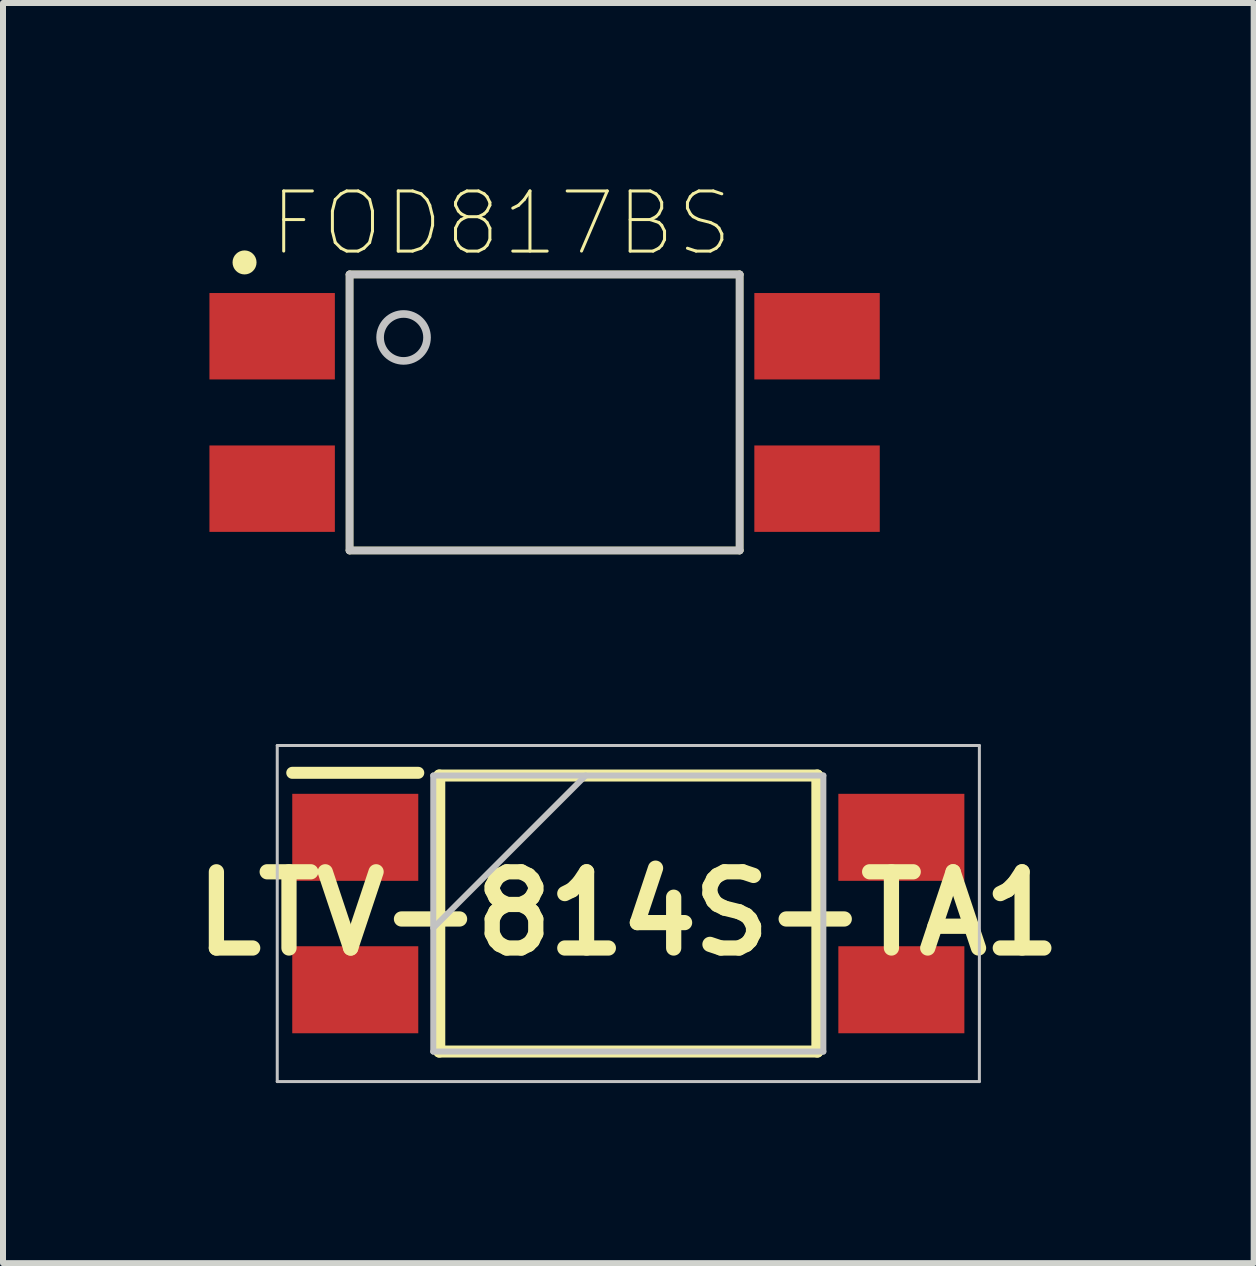
<source format=kicad_pcb>
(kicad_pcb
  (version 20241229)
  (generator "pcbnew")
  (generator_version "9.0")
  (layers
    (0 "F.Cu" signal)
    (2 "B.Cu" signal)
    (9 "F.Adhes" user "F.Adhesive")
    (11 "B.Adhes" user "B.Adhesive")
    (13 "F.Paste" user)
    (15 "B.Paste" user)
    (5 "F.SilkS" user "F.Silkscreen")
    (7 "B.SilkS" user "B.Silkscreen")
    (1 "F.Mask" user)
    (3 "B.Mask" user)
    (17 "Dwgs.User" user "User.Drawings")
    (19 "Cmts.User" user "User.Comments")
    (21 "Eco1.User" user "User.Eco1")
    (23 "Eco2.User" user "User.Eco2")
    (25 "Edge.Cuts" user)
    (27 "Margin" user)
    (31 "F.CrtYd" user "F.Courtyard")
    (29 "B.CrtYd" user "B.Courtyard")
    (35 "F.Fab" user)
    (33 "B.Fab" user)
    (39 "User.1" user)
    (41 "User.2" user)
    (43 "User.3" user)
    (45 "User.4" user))
  (footprint "FOD817BS"
    (layer "F.Cu")
    (at 6.025 3.823)
    (property "Reference" "FOD817BS" (at -0.721 -3.15 0) (layer "F.SilkS") (effects (font (size 1.002 1.002) (thickness 0.05))))
    (attr smd)
    (fp_line (start -3.25 -2.3) (end 3.25 -2.3) (stroke (width 0.127) (type solid)) (layer "F.SilkS"))
    (fp_line (start -3.25 2.3) (end -3.25 -2.3) (stroke (width 0.127) (type solid)) (layer "F.SilkS"))
    (fp_line (start 3.25 -2.3) (end 3.25 2.3) (stroke (width 0.127) (type solid)) (layer "F.SilkS"))
    (fp_line (start 3.25 2.3) (end -3.25 2.3) (stroke (width 0.127) (type solid)) (layer "F.SilkS"))
    (fp_circle (center -5 -2.5) (end -4.9 -2.5) (stroke (width 0.2) (type solid)) (fill no) (layer "F.SilkS"))
    (fp_line (start -3.25 -2.3) (end 3.25 -2.3) (stroke (width 0.127) (type solid)) (layer "Dwgs.User"))
    (fp_line (start -3.25 2.3) (end -3.25 -2.3) (stroke (width 0.127) (type solid)) (layer "Dwgs.User"))
    (fp_line (start 3.25 -2.3) (end 3.25 2.3) (stroke (width 0.127) (type solid)) (layer "Dwgs.User"))
    (fp_line (start 3.25 2.3) (end -3.25 2.3) (stroke (width 0.127) (type solid)) (layer "Dwgs.User"))
    (fp_circle (center -2.35 -1.25) (end -1.959 -1.25) (stroke (width 0.127) (type solid)) (fill no) (layer "Dwgs.User"))
    (fp_line (start -6 -2.5) (end 6 -2.5) (stroke (width 0.05) (type solid)) (layer "Eco1.User"))
    (fp_line (start -6 2.5) (end -6 -2.5) (stroke (width 0.05) (type solid)) (layer "Eco1.User"))
    (fp_line (start 6 -2.5) (end 6 2.5) (stroke (width 0.05) (type solid)) (layer "Eco1.User"))
    (fp_line (start 6 2.5) (end -6 2.5) (stroke (width 0.05) (type solid)) (layer "Eco1.User"))
    (pad "1" smd rect (at -4.54 -1.27 90) (size 1.44 2.09) (layers "F.Cu" "F.Mask" "F.Paste"))
    (pad "2" smd rect (at -4.54 1.27 90) (size 1.44 2.09) (layers "F.Cu" "F.Mask" "F.Paste"))
    (pad "3" smd rect (at 4.54 1.27 90) (size 1.44 2.09) (layers "F.Cu" "F.Mask" "F.Paste"))
    (pad "4" smd rect (at 4.54 -1.27 90) (size 1.44 2.09) (layers "F.Cu" "F.Mask" "F.Paste")))
  (footprint "LTV-814S-TA1"
    (layer "F.Cu")
    (at 7.42 12.173)
    (property "Reference" "LTV-814S-TA1" (at 0 0 0) (layer "F.SilkS") (effects (font (size 1.27 1.27) (thickness 0.254))))
    (attr smd)
    (fp_line (start -5.6 -2.345) (end -3.5 -2.345) (stroke (width 0.2) (type solid)) (layer "F.SilkS"))
    (fp_line (start -3.15 -2.3) (end 3.15 -2.3) (stroke (width 0.2) (type solid)) (layer "F.SilkS"))
    (fp_line (start -3.15 2.3) (end -3.15 -2.3) (stroke (width 0.2) (type solid)) (layer "F.SilkS"))
    (fp_line (start 3.15 -2.3) (end 3.15 2.3) (stroke (width 0.2) (type solid)) (layer "F.SilkS"))
    (fp_line (start 3.15 2.3) (end -3.15 2.3) (stroke (width 0.2) (type solid)) (layer "F.SilkS"))
    (fp_line (start -5.85 -2.8) (end 5.85 -2.8) (stroke (width 0.05) (type solid)) (layer "Dwgs.User"))
    (fp_line (start -5.85 2.8) (end -5.85 -2.8) (stroke (width 0.05) (type solid)) (layer "Dwgs.User"))
    (fp_line (start -3.25 -2.3) (end 3.25 -2.3) (stroke (width 0.1) (type solid)) (layer "Dwgs.User"))
    (fp_line (start -3.25 0.24) (end -0.71 -2.3) (stroke (width 0.1) (type solid)) (layer "Dwgs.User"))
    (fp_line (start -3.25 2.3) (end -3.25 -2.3) (stroke (width 0.1) (type solid)) (layer "Dwgs.User"))
    (fp_line (start 3.25 -2.3) (end 3.25 2.3) (stroke (width 0.1) (type solid)) (layer "Dwgs.User"))
    (fp_line (start 3.25 2.3) (end -3.25 2.3) (stroke (width 0.1) (type solid)) (layer "Dwgs.User"))
    (fp_line (start 5.85 -2.8) (end 5.85 2.8) (stroke (width 0.05) (type solid)) (layer "Dwgs.User"))
    (fp_line (start 5.85 2.8) (end -5.85 2.8) (stroke (width 0.05) (type solid)) (layer "Dwgs.User"))
    (pad "1" smd rect (at -4.55 -1.27 90) (size 1.45 2.1) (layers "F.Cu" "F.Mask" "F.Paste"))
    (pad "2" smd rect (at -4.55 1.27 90) (size 1.45 2.1) (layers "F.Cu" "F.Mask" "F.Paste"))
    (pad "3" smd rect (at 4.55 1.27 90) (size 1.45 2.1) (layers "F.Cu" "F.Mask" "F.Paste"))
    (pad "4" smd rect (at 4.55 -1.27 90) (size 1.45 2.1) (layers "F.Cu" "F.Mask" "F.Paste")))
  (gr_rect
    (start -3 -3)
    (end 17.841 17.998)
    (stroke (width 0.1) (type default))
    (fill no)
    (layer "Edge.Cuts")))
</source>
